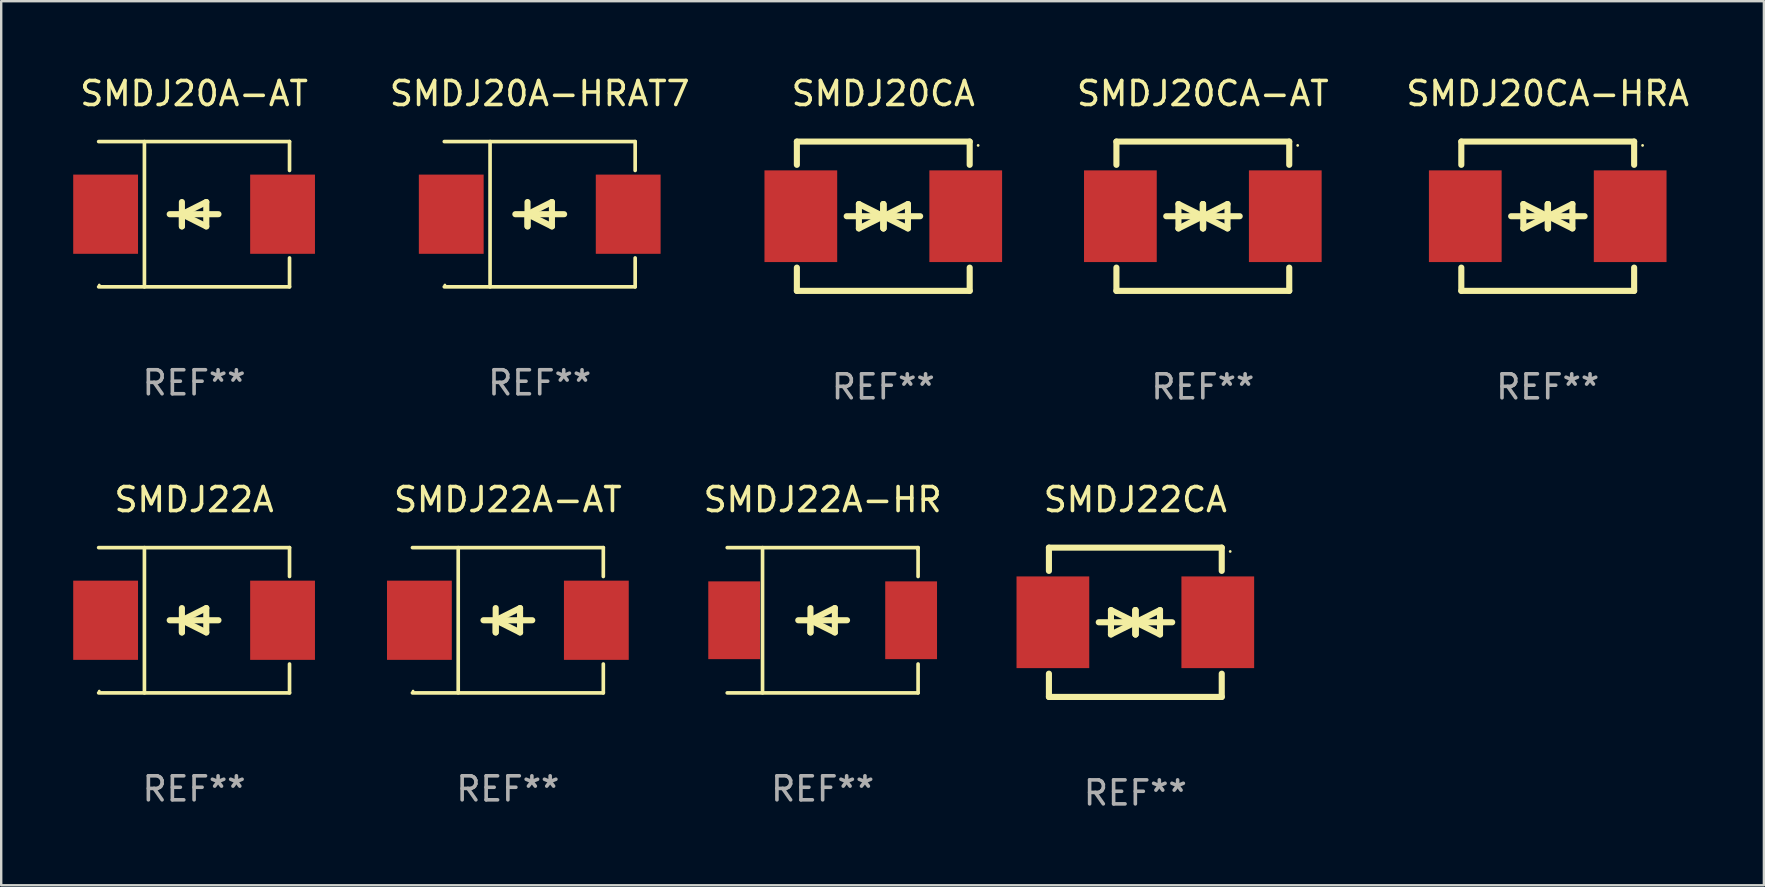
<source format=kicad_pcb>
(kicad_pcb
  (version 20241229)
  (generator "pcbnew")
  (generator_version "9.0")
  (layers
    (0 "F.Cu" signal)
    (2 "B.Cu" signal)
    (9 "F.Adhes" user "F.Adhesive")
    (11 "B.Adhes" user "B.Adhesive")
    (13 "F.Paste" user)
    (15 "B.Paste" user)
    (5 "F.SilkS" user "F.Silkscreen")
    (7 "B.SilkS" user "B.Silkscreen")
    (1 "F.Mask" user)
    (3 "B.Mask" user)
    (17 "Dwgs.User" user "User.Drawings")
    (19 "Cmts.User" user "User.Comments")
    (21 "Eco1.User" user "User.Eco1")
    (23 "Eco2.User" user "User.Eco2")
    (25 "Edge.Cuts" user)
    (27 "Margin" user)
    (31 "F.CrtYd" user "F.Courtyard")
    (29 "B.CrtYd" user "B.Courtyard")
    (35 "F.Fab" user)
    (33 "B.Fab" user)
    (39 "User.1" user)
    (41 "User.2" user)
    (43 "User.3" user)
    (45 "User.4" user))
  (footprint "SMDJ22A"
    (layer "F.Cu")
    (at 5.036 22.791)
    (property "Reference" "SMDJ22A" (at 0 -5.026 0) (layer "F.SilkS") (effects (font (size 1 1) (thickness 0.15))))
    (attr through_hole)
    (fp_line (start -3.976 -3.026) (end 3.976 -3.026) (stroke (width 0.152) (type solid)) (layer "F.SilkS"))
    (fp_line (start -3.976 3.026) (end 3.976 3.026) (stroke (width 0.152) (type solid)) (layer "F.SilkS"))
    (fp_line (start -2.069 -3.026) (end -2.069 3.026) (stroke (width 0.152) (type solid)) (layer "F.SilkS"))
    (fp_line (start -0.508 0) (end -0.508 0.508) (stroke (width 0.254) (type solid)) (layer "F.SilkS"))
    (fp_line (start -0.508 0) (end 0.508 0.508) (stroke (width 0.254) (type solid)) (layer "F.SilkS"))
    (fp_line (start -0.508 0.508) (end -0.508 -0.508) (stroke (width 0.254) (type solid)) (layer "F.SilkS"))
    (fp_line (start 0.508 -0.508) (end -0.508 0) (stroke (width 0.254) (type solid)) (layer "F.SilkS"))
    (fp_line (start 0.508 0.508) (end 0.508 -0.508) (stroke (width 0.254) (type solid)) (layer "F.SilkS"))
    (fp_line (start 1.016 0) (end -1.016 0) (stroke (width 0.254) (type solid)) (layer "F.SilkS"))
    (fp_line (start 3.976 -3.026) (end 3.976 -1.823) (stroke (width 0.152) (type solid)) (layer "F.SilkS"))
    (fp_line (start 3.976 3.026) (end 3.976 1.823) (stroke (width 0.152) (type solid)) (layer "F.SilkS"))
    (fp_circle (center -3.95 2.95) (end -3.92 2.95) (stroke (width 0.06) (type solid)) (fill no) (layer "F.SilkS"))
    (fp_text user "REF**" (at 0 7.026 0) (layer "F.Fab") (effects (font (size 1 1) (thickness 0.15))))
    (pad "1" smd rect (at -3.686 0) (size 2.7 3.3) (layers "F.Cu" "F.Mask" "F.Paste"))
    (pad "2" smd rect (at 3.686 0) (size 2.7 3.3) (layers "F.Cu" "F.Mask" "F.Paste")))
  (footprint "SMDJ22A-HR"
    (layer "F.Cu")
    (at 31.223 22.791)
    (property "Reference" "SMDJ22A-HR" (at 0 -5.026 0) (layer "F.SilkS") (effects (font (size 1 1) (thickness 0.15))))
    (attr through_hole)
    (fp_line (start -3.976 -3.026) (end 3.976 -3.026) (stroke (width 0.152) (type solid)) (layer "F.SilkS"))
    (fp_line (start -3.976 3.026) (end 3.976 3.026) (stroke (width 0.152) (type solid)) (layer "F.SilkS"))
    (fp_line (start -2.504 -3.026) (end -2.504 3.026) (stroke (width 0.152) (type solid)) (layer "F.SilkS"))
    (fp_line (start -0.508 0) (end -0.508 0.508) (stroke (width 0.254) (type solid)) (layer "F.SilkS"))
    (fp_line (start -0.508 0) (end 0.508 0.508) (stroke (width 0.254) (type solid)) (layer "F.SilkS"))
    (fp_line (start -0.508 0.508) (end -0.508 -0.508) (stroke (width 0.254) (type solid)) (layer "F.SilkS"))
    (fp_line (start 0.508 -0.508) (end -0.508 0) (stroke (width 0.254) (type solid)) (layer "F.SilkS"))
    (fp_line (start 0.508 0.508) (end 0.508 -0.508) (stroke (width 0.254) (type solid)) (layer "F.SilkS"))
    (fp_line (start 1.016 0) (end -1.016 0) (stroke (width 0.254) (type solid)) (layer "F.SilkS"))
    (fp_line (start 3.976 -3.026) (end 3.976 -1.823) (stroke (width 0.152) (type solid)) (layer "F.SilkS"))
    (fp_line (start 3.976 3.026) (end 3.976 1.823) (stroke (width 0.152) (type solid)) (layer "F.SilkS"))
    (fp_circle (center 3.95 -2.95) (end 3.98 -2.95) (stroke (width 0.06) (type solid)) (fill no) (layer "F.SilkS"))
    (fp_text user "REF**" (at 0 7.026 0) (layer "F.Fab") (effects (font (size 1 1) (thickness 0.15))))
    (pad "1" smd rect (at 3.686 0 180) (size 2.158 3.24) (layers "F.Cu" "F.Mask" "F.Paste"))
    (pad "2" smd rect (at -3.686 0 180) (size 2.158 3.24) (layers "F.Cu" "F.Mask" "F.Paste")))
  (footprint "SMDJ20A-AT"
    (layer "F.Cu")
    (at 5.036 5.874)
    (property "Reference" "SMDJ20A-AT" (at 0 -5.026 0) (layer "F.SilkS") (effects (font (size 1 1) (thickness 0.15))))
    (attr through_hole)
    (fp_line (start -3.976 -3.026) (end 3.976 -3.026) (stroke (width 0.152) (type solid)) (layer "F.SilkS"))
    (fp_line (start -3.976 3.026) (end 3.976 3.026) (stroke (width 0.152) (type solid)) (layer "F.SilkS"))
    (fp_line (start -2.069 -3.026) (end -2.069 3.026) (stroke (width 0.152) (type solid)) (layer "F.SilkS"))
    (fp_line (start -0.508 0) (end -0.508 0.508) (stroke (width 0.254) (type solid)) (layer "F.SilkS"))
    (fp_line (start -0.508 0) (end 0.508 0.508) (stroke (width 0.254) (type solid)) (layer "F.SilkS"))
    (fp_line (start -0.508 0.508) (end -0.508 -0.508) (stroke (width 0.254) (type solid)) (layer "F.SilkS"))
    (fp_line (start 0.508 -0.508) (end -0.508 0) (stroke (width 0.254) (type solid)) (layer "F.SilkS"))
    (fp_line (start 0.508 0.508) (end 0.508 -0.508) (stroke (width 0.254) (type solid)) (layer "F.SilkS"))
    (fp_line (start 1.016 0) (end -1.016 0) (stroke (width 0.254) (type solid)) (layer "F.SilkS"))
    (fp_line (start 3.976 -3.026) (end 3.976 -1.823) (stroke (width 0.152) (type solid)) (layer "F.SilkS"))
    (fp_line (start 3.976 3.026) (end 3.976 1.823) (stroke (width 0.152) (type solid)) (layer "F.SilkS"))
    (fp_circle (center -3.95 2.95) (end -3.92 2.95) (stroke (width 0.06) (type solid)) (fill no) (layer "F.SilkS"))
    (fp_text user "REF**" (at 0 7.026 0) (layer "F.Fab") (effects (font (size 1 1) (thickness 0.15))))
    (pad "1" smd rect (at -3.686 0) (size 2.7 3.3) (layers "F.Cu" "F.Mask" "F.Paste"))
    (pad "2" smd rect (at 3.686 0) (size 2.7 3.3) (layers "F.Cu" "F.Mask" "F.Paste")))
  (footprint "SMDJ20A-HRAT7"
    (layer "F.Cu")
    (at 19.436 5.874)
    (property "Reference" "SMDJ20A-HRAT7" (at 0 -5.026 0) (layer "F.SilkS") (effects (font (size 1 1) (thickness 0.15))))
    (attr through_hole)
    (fp_line (start -3.976 -3.026) (end 3.976 -3.026) (stroke (width 0.152) (type solid)) (layer "F.SilkS"))
    (fp_line (start -3.976 3.026) (end 3.976 3.026) (stroke (width 0.152) (type solid)) (layer "F.SilkS"))
    (fp_line (start -2.069 -3.026) (end -2.069 3.026) (stroke (width 0.152) (type solid)) (layer "F.SilkS"))
    (fp_line (start -0.508 0) (end -0.508 0.508) (stroke (width 0.254) (type solid)) (layer "F.SilkS"))
    (fp_line (start -0.508 0) (end 0.508 0.508) (stroke (width 0.254) (type solid)) (layer "F.SilkS"))
    (fp_line (start -0.508 0.508) (end -0.508 -0.508) (stroke (width 0.254) (type solid)) (layer "F.SilkS"))
    (fp_line (start 0.508 -0.508) (end -0.508 0) (stroke (width 0.254) (type solid)) (layer "F.SilkS"))
    (fp_line (start 0.508 0.508) (end 0.508 -0.508) (stroke (width 0.254) (type solid)) (layer "F.SilkS"))
    (fp_line (start 1.016 0) (end -1.016 0) (stroke (width 0.254) (type solid)) (layer "F.SilkS"))
    (fp_line (start 3.976 -3.026) (end 3.976 -1.823) (stroke (width 0.152) (type solid)) (layer "F.SilkS"))
    (fp_line (start 3.976 3.026) (end 3.976 1.823) (stroke (width 0.152) (type solid)) (layer "F.SilkS"))
    (fp_circle (center -3.95 2.95) (end -3.92 2.95) (stroke (width 0.06) (type solid)) (fill no) (layer "F.SilkS"))
    (fp_text user "REF**" (at 0 7.026 0) (layer "F.Fab") (effects (font (size 1 1) (thickness 0.15))))
    (pad "1" smd rect (at -3.686 0) (size 2.7 3.3) (layers "F.Cu" "F.Mask" "F.Paste"))
    (pad "2" smd rect (at 3.686 0) (size 2.7 3.3) (layers "F.Cu" "F.Mask" "F.Paste")))
  (footprint "SMDJ20CA"
    (layer "F.Cu")
    (at 33.749 5.958)
    (property "Reference" "SMDJ20CA" (at 0 -5.11 0) (layer "F.SilkS") (effects (font (size 1 1) (thickness 0.15))))
    (attr through_hole)
    (fp_line (start -3.6 -2.141) (end -3.6 -3.11) (stroke (width 0.254) (type solid)) (layer "F.SilkS"))
    (fp_line (start -3.6 3.11) (end -3.6 2.141) (stroke (width 0.254) (type solid)) (layer "F.SilkS"))
    (fp_line (start -1.524 0) (end 0.508 0) (stroke (width 0.254) (type solid)) (layer "F.SilkS"))
    (fp_line (start -1.016 -0.508) (end -1.016 0.508) (stroke (width 0.254) (type solid)) (layer "F.SilkS"))
    (fp_line (start -1.016 0.508) (end 0 0) (stroke (width 0.254) (type solid)) (layer "F.SilkS"))
    (fp_line (start 0 -0.508) (end 0 0.508) (stroke (width 0.254) (type solid)) (layer "F.SilkS"))
    (fp_line (start 0 0) (end -1.016 -0.508) (stroke (width 0.254) (type solid)) (layer "F.SilkS"))
    (fp_line (start 0 0) (end 0 -0.508) (stroke (width 0.254) (type solid)) (layer "F.SilkS"))
    (fp_line (start 0.012 0) (end 0.012 0.508) (stroke (width 0.254) (type solid)) (layer "F.SilkS"))
    (fp_line (start 0.012 0) (end 1.028 0.508) (stroke (width 0.254) (type solid)) (layer "F.SilkS"))
    (fp_line (start 0.012 0.508) (end 0.012 -0.508) (stroke (width 0.254) (type solid)) (layer "F.SilkS"))
    (fp_line (start 1.028 -0.508) (end 0.012 0) (stroke (width 0.254) (type solid)) (layer "F.SilkS"))
    (fp_line (start 1.028 0.508) (end 1.028 -0.508) (stroke (width 0.254) (type solid)) (layer "F.SilkS"))
    (fp_line (start 1.536 0) (end -0.496 0) (stroke (width 0.254) (type solid)) (layer "F.SilkS"))
    (fp_line (start 3.6 -3.11) (end -3.6 -3.11) (stroke (width 0.254) (type solid)) (layer "F.SilkS"))
    (fp_line (start 3.6 -2.141) (end 3.6 -3.11) (stroke (width 0.254) (type solid)) (layer "F.SilkS"))
    (fp_line (start 3.6 3.11) (end -3.6 3.11) (stroke (width 0.254) (type solid)) (layer "F.SilkS"))
    (fp_line (start 3.6 3.11) (end 3.6 2.141) (stroke (width 0.254) (type solid)) (layer "F.SilkS"))
    (fp_circle (center 3.952 -2.95) (end 3.982 -2.95) (stroke (width 0.06) (type solid)) (fill no) (layer "F.SilkS"))
    (fp_text user "REF**" (at 0 7.11 0) (layer "F.Fab") (effects (font (size 1 1) (thickness 0.15))))
    (pad "1" smd rect (at 3.435 0) (size 3.03 3.82) (layers "F.Cu" "F.Mask" "F.Paste"))
    (pad "2" smd rect (at -3.435 0) (size 3.03 3.82) (layers "F.Cu" "F.Mask" "F.Paste")))
  (footprint "SMDJ22A-AT"
    (layer "F.Cu")
    (at 18.109 22.791)
    (property "Reference" "SMDJ22A-AT" (at 0 -5.026 0) (layer "F.SilkS") (effects (font (size 1 1) (thickness 0.15))))
    (attr through_hole)
    (fp_line (start -3.976 -3.026) (end 3.976 -3.026) (stroke (width 0.152) (type solid)) (layer "F.SilkS"))
    (fp_line (start -3.976 3.026) (end 3.976 3.026) (stroke (width 0.152) (type solid)) (layer "F.SilkS"))
    (fp_line (start -2.069 -3.026) (end -2.069 3.026) (stroke (width 0.152) (type solid)) (layer "F.SilkS"))
    (fp_line (start -0.508 0) (end -0.508 0.508) (stroke (width 0.254) (type solid)) (layer "F.SilkS"))
    (fp_line (start -0.508 0) (end 0.508 0.508) (stroke (width 0.254) (type solid)) (layer "F.SilkS"))
    (fp_line (start -0.508 0.508) (end -0.508 -0.508) (stroke (width 0.254) (type solid)) (layer "F.SilkS"))
    (fp_line (start 0.508 -0.508) (end -0.508 0) (stroke (width 0.254) (type solid)) (layer "F.SilkS"))
    (fp_line (start 0.508 0.508) (end 0.508 -0.508) (stroke (width 0.254) (type solid)) (layer "F.SilkS"))
    (fp_line (start 1.016 0) (end -1.016 0) (stroke (width 0.254) (type solid)) (layer "F.SilkS"))
    (fp_line (start 3.976 -3.026) (end 3.976 -1.823) (stroke (width 0.152) (type solid)) (layer "F.SilkS"))
    (fp_line (start 3.976 3.026) (end 3.976 1.823) (stroke (width 0.152) (type solid)) (layer "F.SilkS"))
    (fp_circle (center -3.95 2.95) (end -3.92 2.95) (stroke (width 0.06) (type solid)) (fill no) (layer "F.SilkS"))
    (fp_text user "REF**" (at 0 7.026 0) (layer "F.Fab") (effects (font (size 1 1) (thickness 0.15))))
    (pad "1" smd rect (at -3.686 0) (size 2.7 3.3) (layers "F.Cu" "F.Mask" "F.Paste"))
    (pad "2" smd rect (at 3.686 0) (size 2.7 3.3) (layers "F.Cu" "F.Mask" "F.Paste")))
  (footprint "SMDJ22CA"
    (layer "F.Cu")
    (at 44.25 22.875)
    (property "Reference" "SMDJ22CA" (at 0 -5.11 0) (layer "F.SilkS") (effects (font (size 1 1) (thickness 0.15))))
    (attr through_hole)
    (fp_line (start -3.6 -2.141) (end -3.6 -3.11) (stroke (width 0.254) (type solid)) (layer "F.SilkS"))
    (fp_line (start -3.6 3.11) (end -3.6 2.141) (stroke (width 0.254) (type solid)) (layer "F.SilkS"))
    (fp_line (start -1.524 0) (end 0.508 0) (stroke (width 0.254) (type solid)) (layer "F.SilkS"))
    (fp_line (start -1.016 -0.508) (end -1.016 0.508) (stroke (width 0.254) (type solid)) (layer "F.SilkS"))
    (fp_line (start -1.016 0.508) (end 0 0) (stroke (width 0.254) (type solid)) (layer "F.SilkS"))
    (fp_line (start 0 -0.508) (end 0 0.508) (stroke (width 0.254) (type solid)) (layer "F.SilkS"))
    (fp_line (start 0 0) (end -1.016 -0.508) (stroke (width 0.254) (type solid)) (layer "F.SilkS"))
    (fp_line (start 0 0) (end 0 -0.508) (stroke (width 0.254) (type solid)) (layer "F.SilkS"))
    (fp_line (start 0.012 0) (end 0.012 0.508) (stroke (width 0.254) (type solid)) (layer "F.SilkS"))
    (fp_line (start 0.012 0) (end 1.028 0.508) (stroke (width 0.254) (type solid)) (layer "F.SilkS"))
    (fp_line (start 0.012 0.508) (end 0.012 -0.508) (stroke (width 0.254) (type solid)) (layer "F.SilkS"))
    (fp_line (start 1.028 -0.508) (end 0.012 0) (stroke (width 0.254) (type solid)) (layer "F.SilkS"))
    (fp_line (start 1.028 0.508) (end 1.028 -0.508) (stroke (width 0.254) (type solid)) (layer "F.SilkS"))
    (fp_line (start 1.536 0) (end -0.496 0) (stroke (width 0.254) (type solid)) (layer "F.SilkS"))
    (fp_line (start 3.6 -3.11) (end -3.6 -3.11) (stroke (width 0.254) (type solid)) (layer "F.SilkS"))
    (fp_line (start 3.6 -2.141) (end 3.6 -3.11) (stroke (width 0.254) (type solid)) (layer "F.SilkS"))
    (fp_line (start 3.6 3.11) (end -3.6 3.11) (stroke (width 0.254) (type solid)) (layer "F.SilkS"))
    (fp_line (start 3.6 3.11) (end 3.6 2.141) (stroke (width 0.254) (type solid)) (layer "F.SilkS"))
    (fp_circle (center 3.952 -2.95) (end 3.982 -2.95) (stroke (width 0.06) (type solid)) (fill no) (layer "F.SilkS"))
    (fp_text user "REF**" (at 0 7.11 0) (layer "F.Fab") (effects (font (size 1 1) (thickness 0.15))))
    (pad "1" smd rect (at 3.435 0) (size 3.03 3.82) (layers "F.Cu" "F.Mask" "F.Paste"))
    (pad "2" smd rect (at -3.435 0) (size 3.03 3.82) (layers "F.Cu" "F.Mask" "F.Paste")))
  (footprint "SMDJ20CA-AT"
    (layer "F.Cu")
    (at 47.062 5.958)
    (property "Reference" "SMDJ20CA-AT" (at 0 -5.11 0) (layer "F.SilkS") (effects (font (size 1 1) (thickness 0.15))))
    (attr through_hole)
    (fp_line (start -3.6 -2.141) (end -3.6 -3.11) (stroke (width 0.254) (type solid)) (layer "F.SilkS"))
    (fp_line (start -3.6 3.11) (end -3.6 2.141) (stroke (width 0.254) (type solid)) (layer "F.SilkS"))
    (fp_line (start -1.524 0) (end 0.508 0) (stroke (width 0.254) (type solid)) (layer "F.SilkS"))
    (fp_line (start -1.016 -0.508) (end -1.016 0.508) (stroke (width 0.254) (type solid)) (layer "F.SilkS"))
    (fp_line (start -1.016 0.508) (end 0 0) (stroke (width 0.254) (type solid)) (layer "F.SilkS"))
    (fp_line (start 0 -0.508) (end 0 0.508) (stroke (width 0.254) (type solid)) (layer "F.SilkS"))
    (fp_line (start 0 0) (end -1.016 -0.508) (stroke (width 0.254) (type solid)) (layer "F.SilkS"))
    (fp_line (start 0 0) (end 0 -0.508) (stroke (width 0.254) (type solid)) (layer "F.SilkS"))
    (fp_line (start 0.012 0) (end 0.012 0.508) (stroke (width 0.254) (type solid)) (layer "F.SilkS"))
    (fp_line (start 0.012 0) (end 1.028 0.508) (stroke (width 0.254) (type solid)) (layer "F.SilkS"))
    (fp_line (start 0.012 0.508) (end 0.012 -0.508) (stroke (width 0.254) (type solid)) (layer "F.SilkS"))
    (fp_line (start 1.028 -0.508) (end 0.012 0) (stroke (width 0.254) (type solid)) (layer "F.SilkS"))
    (fp_line (start 1.028 0.508) (end 1.028 -0.508) (stroke (width 0.254) (type solid)) (layer "F.SilkS"))
    (fp_line (start 1.536 0) (end -0.496 0) (stroke (width 0.254) (type solid)) (layer "F.SilkS"))
    (fp_line (start 3.6 -3.11) (end -3.6 -3.11) (stroke (width 0.254) (type solid)) (layer "F.SilkS"))
    (fp_line (start 3.6 -2.141) (end 3.6 -3.11) (stroke (width 0.254) (type solid)) (layer "F.SilkS"))
    (fp_line (start 3.6 3.11) (end -3.6 3.11) (stroke (width 0.254) (type solid)) (layer "F.SilkS"))
    (fp_line (start 3.6 3.11) (end 3.6 2.141) (stroke (width 0.254) (type solid)) (layer "F.SilkS"))
    (fp_circle (center 3.952 -2.95) (end 3.982 -2.95) (stroke (width 0.06) (type solid)) (fill no) (layer "F.SilkS"))
    (fp_text user "REF**" (at 0 7.11 0) (layer "F.Fab") (effects (font (size 1 1) (thickness 0.15))))
    (pad "1" smd rect (at 3.435 0) (size 3.03 3.82) (layers "F.Cu" "F.Mask" "F.Paste"))
    (pad "2" smd rect (at -3.435 0) (size 3.03 3.82) (layers "F.Cu" "F.Mask" "F.Paste")))
  (footprint "SMDJ20CA-HRA"
    (layer "F.Cu")
    (at 61.431 5.958)
    (property "Reference" "SMDJ20CA-HRA" (at 0 -5.11 0) (layer "F.SilkS") (effects (font (size 1 1) (thickness 0.15))))
    (attr through_hole)
    (fp_line (start -3.6 -2.141) (end -3.6 -3.11) (stroke (width 0.254) (type solid)) (layer "F.SilkS"))
    (fp_line (start -3.6 3.11) (end -3.6 2.141) (stroke (width 0.254) (type solid)) (layer "F.SilkS"))
    (fp_line (start -1.524 0) (end 0.508 0) (stroke (width 0.254) (type solid)) (layer "F.SilkS"))
    (fp_line (start -1.016 -0.508) (end -1.016 0.508) (stroke (width 0.254) (type solid)) (layer "F.SilkS"))
    (fp_line (start -1.016 0.508) (end 0 0) (stroke (width 0.254) (type solid)) (layer "F.SilkS"))
    (fp_line (start 0 -0.508) (end 0 0.508) (stroke (width 0.254) (type solid)) (layer "F.SilkS"))
    (fp_line (start 0 0) (end -1.016 -0.508) (stroke (width 0.254) (type solid)) (layer "F.SilkS"))
    (fp_line (start 0 0) (end 0 -0.508) (stroke (width 0.254) (type solid)) (layer "F.SilkS"))
    (fp_line (start 0.012 0) (end 0.012 0.508) (stroke (width 0.254) (type solid)) (layer "F.SilkS"))
    (fp_line (start 0.012 0) (end 1.028 0.508) (stroke (width 0.254) (type solid)) (layer "F.SilkS"))
    (fp_line (start 0.012 0.508) (end 0.012 -0.508) (stroke (width 0.254) (type solid)) (layer "F.SilkS"))
    (fp_line (start 1.028 -0.508) (end 0.012 0) (stroke (width 0.254) (type solid)) (layer "F.SilkS"))
    (fp_line (start 1.028 0.508) (end 1.028 -0.508) (stroke (width 0.254) (type solid)) (layer "F.SilkS"))
    (fp_line (start 1.536 0) (end -0.496 0) (stroke (width 0.254) (type solid)) (layer "F.SilkS"))
    (fp_line (start 3.6 -3.11) (end -3.6 -3.11) (stroke (width 0.254) (type solid)) (layer "F.SilkS"))
    (fp_line (start 3.6 -2.141) (end 3.6 -3.11) (stroke (width 0.254) (type solid)) (layer "F.SilkS"))
    (fp_line (start 3.6 3.11) (end -3.6 3.11) (stroke (width 0.254) (type solid)) (layer "F.SilkS"))
    (fp_line (start 3.6 3.11) (end 3.6 2.141) (stroke (width 0.254) (type solid)) (layer "F.SilkS"))
    (fp_circle (center 3.952 -2.95) (end 3.982 -2.95) (stroke (width 0.06) (type solid)) (fill no) (layer "F.SilkS"))
    (fp_text user "REF**" (at 0 7.11 0) (layer "F.Fab") (effects (font (size 1 1) (thickness 0.15))))
    (pad "1" smd rect (at 3.435 0) (size 3.03 3.82) (layers "F.Cu" "F.Mask" "F.Paste"))
    (pad "2" smd rect (at -3.435 0) (size 3.03 3.82) (layers "F.Cu" "F.Mask" "F.Paste")))
  (gr_rect
    (start -3 -3)
    (end 70.437 33.833)
    (stroke (width 0.1) (type default))
    (fill no)
    (layer "Edge.Cuts")))
</source>
